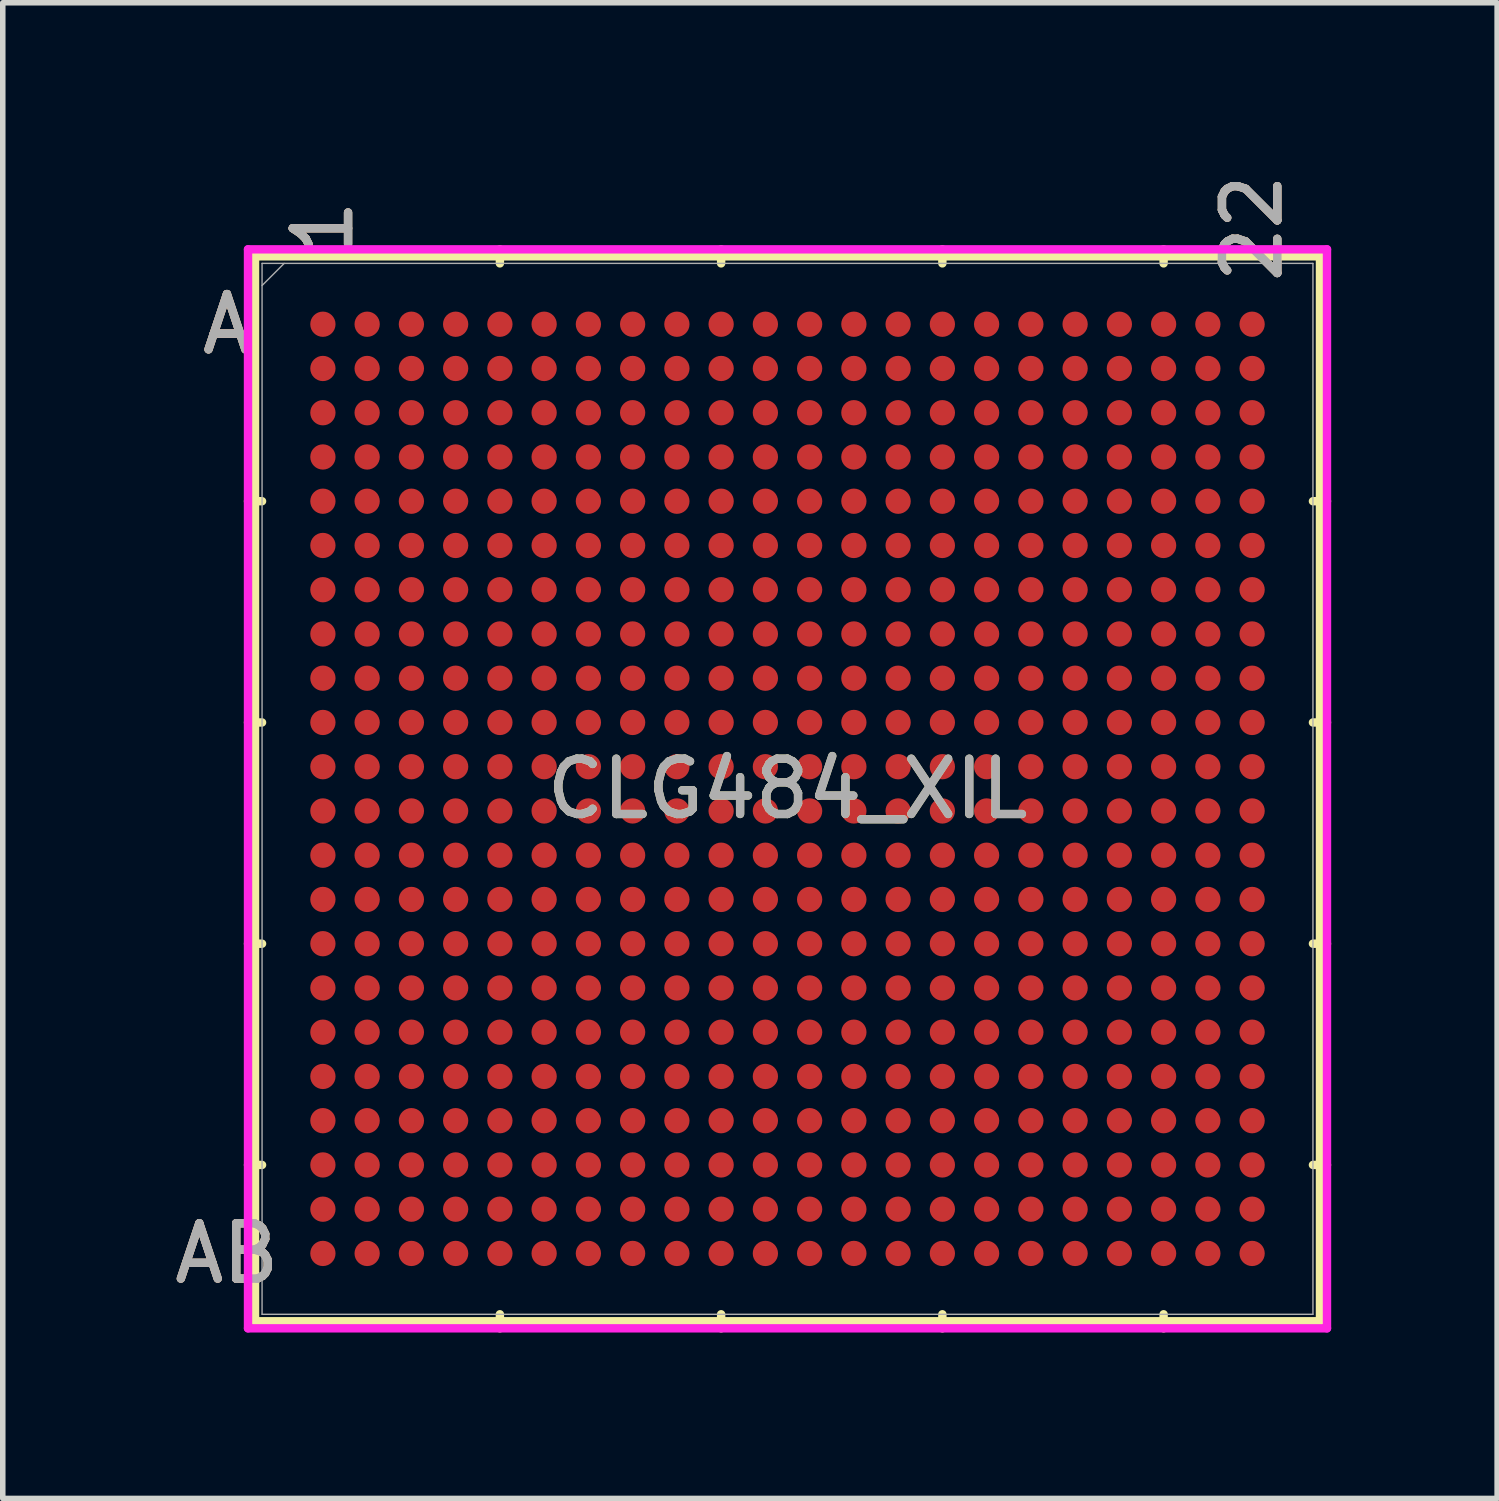
<source format=kicad_pcb>
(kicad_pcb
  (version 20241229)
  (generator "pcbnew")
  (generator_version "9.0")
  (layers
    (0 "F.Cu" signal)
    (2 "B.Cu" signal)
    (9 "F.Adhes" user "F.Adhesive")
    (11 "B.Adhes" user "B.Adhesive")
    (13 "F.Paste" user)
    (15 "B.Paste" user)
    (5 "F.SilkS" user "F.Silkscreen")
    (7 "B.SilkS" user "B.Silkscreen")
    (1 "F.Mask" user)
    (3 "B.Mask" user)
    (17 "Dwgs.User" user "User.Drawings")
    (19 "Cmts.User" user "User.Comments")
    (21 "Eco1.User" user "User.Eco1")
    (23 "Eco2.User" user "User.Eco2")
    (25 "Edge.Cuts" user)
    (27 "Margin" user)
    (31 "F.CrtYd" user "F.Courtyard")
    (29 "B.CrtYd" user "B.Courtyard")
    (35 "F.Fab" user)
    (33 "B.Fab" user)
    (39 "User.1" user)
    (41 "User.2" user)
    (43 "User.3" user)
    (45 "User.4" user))
  (footprint "CLG484_XIL"
    (layer "F.Cu")
    (at 11.188 11.212)
    (property "Reference" "CLG484_XIL" (at 0 0 0) (unlocked yes) (layer "F.SilkS") (effects (font (size 1 1) (thickness 0.15))))
    (attr smd)
    (fp_line (start -9.627 -9.627) (end -9.627 9.627) (stroke (width 0.152) (type solid)) (layer "F.SilkS"))
    (fp_line (start -9.627 9.627) (end 9.627 9.627) (stroke (width 0.152) (type solid)) (layer "F.SilkS"))
    (fp_line (start -9.5 -5.2) (end -9.754 -5.2) (stroke (width 0.152) (type solid)) (layer "F.SilkS"))
    (fp_line (start -9.5 -1.2) (end -9.754 -1.2) (stroke (width 0.152) (type solid)) (layer "F.SilkS"))
    (fp_line (start -9.5 2.8) (end -9.754 2.8) (stroke (width 0.152) (type solid)) (layer "F.SilkS"))
    (fp_line (start -9.5 6.8) (end -9.754 6.8) (stroke (width 0.152) (type solid)) (layer "F.SilkS"))
    (fp_line (start -5.2 -9.5) (end -5.2 -9.754) (stroke (width 0.152) (type solid)) (layer "F.SilkS"))
    (fp_line (start -5.2 9.5) (end -5.2 9.754) (stroke (width 0.152) (type solid)) (layer "F.SilkS"))
    (fp_line (start -1.2 -9.5) (end -1.2 -9.754) (stroke (width 0.152) (type solid)) (layer "F.SilkS"))
    (fp_line (start -1.2 9.5) (end -1.2 9.754) (stroke (width 0.152) (type solid)) (layer "F.SilkS"))
    (fp_line (start 2.8 -9.5) (end 2.8 -9.754) (stroke (width 0.152) (type solid)) (layer "F.SilkS"))
    (fp_line (start 2.8 9.5) (end 2.8 9.754) (stroke (width 0.152) (type solid)) (layer "F.SilkS"))
    (fp_line (start 6.8 -9.5) (end 6.8 -9.754) (stroke (width 0.152) (type solid)) (layer "F.SilkS"))
    (fp_line (start 6.8 9.5) (end 6.8 9.754) (stroke (width 0.152) (type solid)) (layer "F.SilkS"))
    (fp_line (start 9.5 -5.2) (end 9.754 -5.2) (stroke (width 0.152) (type solid)) (layer "F.SilkS"))
    (fp_line (start 9.5 -1.2) (end 9.754 -1.2) (stroke (width 0.152) (type solid)) (layer "F.SilkS"))
    (fp_line (start 9.5 2.8) (end 9.754 2.8) (stroke (width 0.152) (type solid)) (layer "F.SilkS"))
    (fp_line (start 9.5 6.8) (end 9.754 6.8) (stroke (width 0.152) (type solid)) (layer "F.SilkS"))
    (fp_line (start 9.627 -9.627) (end -9.627 -9.627) (stroke (width 0.152) (type solid)) (layer "F.SilkS"))
    (fp_line (start 9.627 9.627) (end 9.627 -9.627) (stroke (width 0.152) (type solid)) (layer "F.SilkS"))
    (fp_line (start -9.754 -9.754) (end 9.754 -9.754) (stroke (width 0.152) (type solid)) (layer "F.CrtYd"))
    (fp_line (start -9.754 9.754) (end -9.754 -9.754) (stroke (width 0.152) (type solid)) (layer "F.CrtYd"))
    (fp_line (start 9.754 -9.754) (end 9.754 9.754) (stroke (width 0.152) (type solid)) (layer "F.CrtYd"))
    (fp_line (start 9.754 9.754) (end -9.754 9.754) (stroke (width 0.152) (type solid)) (layer "F.CrtYd"))
    (fp_line (start -9.5 -9.5) (end -9.5 9.5) (stroke (width 0.025) (type solid)) (layer "F.Fab"))
    (fp_line (start -9.5 9.5) (end 9.5 9.5) (stroke (width 0.025) (type solid)) (layer "F.Fab"))
    (fp_line (start -9.1 -9.5) (end -9.5 -9.1) (stroke (width 0.025) (type solid)) (layer "F.Fab"))
    (fp_line (start 9.5 -9.5) (end -9.5 -9.5) (stroke (width 0.025) (type solid)) (layer "F.Fab"))
    (fp_line (start 9.5 9.5) (end 9.5 -9.5) (stroke (width 0.025) (type solid)) (layer "F.Fab"))
    (fp_text user "A" (at -10.135 -8.4 0) (unlocked yes) (layer "F.SilkS") (effects (font (size 1 1) (thickness 0.15))))
    (fp_text user "22" (at 8.4 -10.135 90) (unlocked yes) (layer "F.SilkS") (effects (font (size 1 1) (thickness 0.15))))
    (fp_text user "AB" (at -10.135 8.4 0) (unlocked yes) (layer "F.SilkS") (effects (font (size 1 1) (thickness 0.15))))
    (fp_text user "1" (at -8.4 -10.135 90) (unlocked yes) (layer "F.SilkS") (effects (font (size 1 1) (thickness 0.15))))
    (fp_text user "22" (at 8.4 -10.135 90) (unlocked yes) (layer "B.SilkS") (effects (font (size 1 1) (thickness 0.15))))
    (fp_text user "AB" (at -10.135 8.4 0) (unlocked yes) (layer "B.SilkS") (effects (font (size 1 1) (thickness 0.15))))
    (fp_text user "A" (at -10.135 -8.4 0) (unlocked yes) (layer "B.SilkS") (effects (font (size 1 1) (thickness 0.15))))
    (fp_text user "1" (at -8.4 -10.135 90) (unlocked yes) (layer "B.SilkS") (effects (font (size 1 1) (thickness 0.15))))
    (fp_text user "A" (at -10.135 -8.4 0) (unlocked yes) (layer "F.Fab") (effects (font (size 1 1) (thickness 0.15))))
    (fp_text user "1" (at -8.4 -10.135 90) (unlocked yes) (layer "F.Fab") (effects (font (size 1 1) (thickness 0.15))))
    (fp_text user "${REFERENCE}" (at 0 0 0) (unlocked yes) (layer "F.Fab") (effects (font (size 1 1) (thickness 0.15))))
    (fp_text user "AB" (at -10.135 8.4 0) (unlocked yes) (layer "F.Fab") (effects (font (size 1 1) (thickness 0.15))))
    (fp_text user "22" (at 8.4 -10.135 90) (unlocked yes) (layer "F.Fab") (effects (font (size 1 1) (thickness 0.15))))
    (pad "A1" smd circle (at -8.4 -8.4) (size 0.457 0.457) (layers "F.Cu" "F.Mask" "F.Paste"))
    (pad "A2" smd circle (at -7.6 -8.4) (size 0.457 0.457) (layers "F.Cu" "F.Mask" "F.Paste"))
    (pad "A3" smd circle (at -6.8 -8.4) (size 0.457 0.457) (layers "F.Cu" "F.Mask" "F.Paste"))
    (pad "A4" smd circle (at -6 -8.4) (size 0.457 0.457) (layers "F.Cu" "F.Mask" "F.Paste"))
    (pad "A5" smd circle (at -5.2 -8.4) (size 0.457 0.457) (layers "F.Cu" "F.Mask" "F.Paste"))
    (pad "A6" smd circle (at -4.4 -8.4) (size 0.457 0.457) (layers "F.Cu" "F.Mask" "F.Paste"))
    (pad "A7" smd circle (at -3.6 -8.4) (size 0.457 0.457) (layers "F.Cu" "F.Mask" "F.Paste"))
    (pad "A8" smd circle (at -2.8 -8.4) (size 0.457 0.457) (layers "F.Cu" "F.Mask" "F.Paste"))
    (pad "A9" smd circle (at -2 -8.4) (size 0.457 0.457) (layers "F.Cu" "F.Mask" "F.Paste"))
    (pad "A10" smd circle (at -1.2 -8.4) (size 0.457 0.457) (layers "F.Cu" "F.Mask" "F.Paste"))
    (pad "A11" smd circle (at -0.4 -8.4) (size 0.457 0.457) (layers "F.Cu" "F.Mask" "F.Paste"))
    (pad "A12" smd circle (at 0.4 -8.4) (size 0.457 0.457) (layers "F.Cu" "F.Mask" "F.Paste"))
    (pad "A13" smd circle (at 1.2 -8.4) (size 0.457 0.457) (layers "F.Cu" "F.Mask" "F.Paste"))
    (pad "A14" smd circle (at 2 -8.4) (size 0.457 0.457) (layers "F.Cu" "F.Mask" "F.Paste"))
    (pad "A15" smd circle (at 2.8 -8.4) (size 0.457 0.457) (layers "F.Cu" "F.Mask" "F.Paste"))
    (pad "A16" smd circle (at 3.6 -8.4) (size 0.457 0.457) (layers "F.Cu" "F.Mask" "F.Paste"))
    (pad "A17" smd circle (at 4.4 -8.4) (size 0.457 0.457) (layers "F.Cu" "F.Mask" "F.Paste"))
    (pad "A18" smd circle (at 5.2 -8.4) (size 0.457 0.457) (layers "F.Cu" "F.Mask" "F.Paste"))
    (pad "A19" smd circle (at 6 -8.4) (size 0.457 0.457) (layers "F.Cu" "F.Mask" "F.Paste"))
    (pad "A20" smd circle (at 6.8 -8.4) (size 0.457 0.457) (layers "F.Cu" "F.Mask" "F.Paste"))
    (pad "A21" smd circle (at 7.6 -8.4) (size 0.457 0.457) (layers "F.Cu" "F.Mask" "F.Paste"))
    (pad "A22" smd circle (at 8.4 -8.4) (size 0.457 0.457) (layers "F.Cu" "F.Mask" "F.Paste"))
    (pad "AA1" smd circle (at -8.4 7.6) (size 0.457 0.457) (layers "F.Cu" "F.Mask" "F.Paste"))
    (pad "AA2" smd circle (at -7.6 7.6) (size 0.457 0.457) (layers "F.Cu" "F.Mask" "F.Paste"))
    (pad "AA3" smd circle (at -6.8 7.6) (size 0.457 0.457) (layers "F.Cu" "F.Mask" "F.Paste"))
    (pad "AA4" smd circle (at -6 7.6) (size 0.457 0.457) (layers "F.Cu" "F.Mask" "F.Paste"))
    (pad "AA5" smd circle (at -5.2 7.6) (size 0.457 0.457) (layers "F.Cu" "F.Mask" "F.Paste"))
    (pad "AA6" smd circle (at -4.4 7.6) (size 0.457 0.457) (layers "F.Cu" "F.Mask" "F.Paste"))
    (pad "AA7" smd circle (at -3.6 7.6) (size 0.457 0.457) (layers "F.Cu" "F.Mask" "F.Paste"))
    (pad "AA8" smd circle (at -2.8 7.6) (size 0.457 0.457) (layers "F.Cu" "F.Mask" "F.Paste"))
    (pad "AA9" smd circle (at -2 7.6) (size 0.457 0.457) (layers "F.Cu" "F.Mask" "F.Paste"))
    (pad "AA10" smd circle (at -1.2 7.6) (size 0.457 0.457) (layers "F.Cu" "F.Mask" "F.Paste"))
    (pad "AA11" smd circle (at -0.4 7.6) (size 0.457 0.457) (layers "F.Cu" "F.Mask" "F.Paste"))
    (pad "AA12" smd circle (at 0.4 7.6) (size 0.457 0.457) (layers "F.Cu" "F.Mask" "F.Paste"))
    (pad "AA13" smd circle (at 1.2 7.6) (size 0.457 0.457) (layers "F.Cu" "F.Mask" "F.Paste"))
    (pad "AA14" smd circle (at 2 7.6) (size 0.457 0.457) (layers "F.Cu" "F.Mask" "F.Paste"))
    (pad "AA15" smd circle (at 2.8 7.6) (size 0.457 0.457) (layers "F.Cu" "F.Mask" "F.Paste"))
    (pad "AA16" smd circle (at 3.6 7.6) (size 0.457 0.457) (layers "F.Cu" "F.Mask" "F.Paste"))
    (pad "AA17" smd circle (at 4.4 7.6) (size 0.457 0.457) (layers "F.Cu" "F.Mask" "F.Paste"))
    (pad "AA18" smd circle (at 5.2 7.6) (size 0.457 0.457) (layers "F.Cu" "F.Mask" "F.Paste"))
    (pad "AA19" smd circle (at 6 7.6) (size 0.457 0.457) (layers "F.Cu" "F.Mask" "F.Paste"))
    (pad "AA20" smd circle (at 6.8 7.6) (size 0.457 0.457) (layers "F.Cu" "F.Mask" "F.Paste"))
    (pad "AA21" smd circle (at 7.6 7.6) (size 0.457 0.457) (layers "F.Cu" "F.Mask" "F.Paste"))
    (pad "AA22" smd circle (at 8.4 7.6) (size 0.457 0.457) (layers "F.Cu" "F.Mask" "F.Paste"))
    (pad "AB1" smd circle (at -8.4 8.4) (size 0.457 0.457) (layers "F.Cu" "F.Mask" "F.Paste"))
    (pad "AB2" smd circle (at -7.6 8.4) (size 0.457 0.457) (layers "F.Cu" "F.Mask" "F.Paste"))
    (pad "AB3" smd circle (at -6.8 8.4) (size 0.457 0.457) (layers "F.Cu" "F.Mask" "F.Paste"))
    (pad "AB4" smd circle (at -6 8.4) (size 0.457 0.457) (layers "F.Cu" "F.Mask" "F.Paste"))
    (pad "AB5" smd circle (at -5.2 8.4) (size 0.457 0.457) (layers "F.Cu" "F.Mask" "F.Paste"))
    (pad "AB6" smd circle (at -4.4 8.4) (size 0.457 0.457) (layers "F.Cu" "F.Mask" "F.Paste"))
    (pad "AB7" smd circle (at -3.6 8.4) (size 0.457 0.457) (layers "F.Cu" "F.Mask" "F.Paste"))
    (pad "AB8" smd circle (at -2.8 8.4) (size 0.457 0.457) (layers "F.Cu" "F.Mask" "F.Paste"))
    (pad "AB9" smd circle (at -2 8.4) (size 0.457 0.457) (layers "F.Cu" "F.Mask" "F.Paste"))
    (pad "AB10" smd circle (at -1.2 8.4) (size 0.457 0.457) (layers "F.Cu" "F.Mask" "F.Paste"))
    (pad "AB11" smd circle (at -0.4 8.4) (size 0.457 0.457) (layers "F.Cu" "F.Mask" "F.Paste"))
    (pad "AB12" smd circle (at 0.4 8.4) (size 0.457 0.457) (layers "F.Cu" "F.Mask" "F.Paste"))
    (pad "AB13" smd circle (at 1.2 8.4) (size 0.457 0.457) (layers "F.Cu" "F.Mask" "F.Paste"))
    (pad "AB14" smd circle (at 2 8.4) (size 0.457 0.457) (layers "F.Cu" "F.Mask" "F.Paste"))
    (pad "AB15" smd circle (at 2.8 8.4) (size 0.457 0.457) (layers "F.Cu" "F.Mask" "F.Paste"))
    (pad "AB16" smd circle (at 3.6 8.4) (size 0.457 0.457) (layers "F.Cu" "F.Mask" "F.Paste"))
    (pad "AB17" smd circle (at 4.4 8.4) (size 0.457 0.457) (layers "F.Cu" "F.Mask" "F.Paste"))
    (pad "AB18" smd circle (at 5.2 8.4) (size 0.457 0.457) (layers "F.Cu" "F.Mask" "F.Paste"))
    (pad "AB19" smd circle (at 6 8.4) (size 0.457 0.457) (layers "F.Cu" "F.Mask" "F.Paste"))
    (pad "AB20" smd circle (at 6.8 8.4) (size 0.457 0.457) (layers "F.Cu" "F.Mask" "F.Paste"))
    (pad "AB21" smd circle (at 7.6 8.4) (size 0.457 0.457) (layers "F.Cu" "F.Mask" "F.Paste"))
    (pad "AB22" smd circle (at 8.4 8.4) (size 0.457 0.457) (layers "F.Cu" "F.Mask" "F.Paste"))
    (pad "B1" smd circle (at -8.4 -7.6) (size 0.457 0.457) (layers "F.Cu" "F.Mask" "F.Paste"))
    (pad "B2" smd circle (at -7.6 -7.6) (size 0.457 0.457) (layers "F.Cu" "F.Mask" "F.Paste"))
    (pad "B3" smd circle (at -6.8 -7.6) (size 0.457 0.457) (layers "F.Cu" "F.Mask" "F.Paste"))
    (pad "B4" smd circle (at -6 -7.6) (size 0.457 0.457) (layers "F.Cu" "F.Mask" "F.Paste"))
    (pad "B5" smd circle (at -5.2 -7.6) (size 0.457 0.457) (layers "F.Cu" "F.Mask" "F.Paste"))
    (pad "B6" smd circle (at -4.4 -7.6) (size 0.457 0.457) (layers "F.Cu" "F.Mask" "F.Paste"))
    (pad "B7" smd circle (at -3.6 -7.6) (size 0.457 0.457) (layers "F.Cu" "F.Mask" "F.Paste"))
    (pad "B8" smd circle (at -2.8 -7.6) (size 0.457 0.457) (layers "F.Cu" "F.Mask" "F.Paste"))
    (pad "B9" smd circle (at -2 -7.6) (size 0.457 0.457) (layers "F.Cu" "F.Mask" "F.Paste"))
    (pad "B10" smd circle (at -1.2 -7.6) (size 0.457 0.457) (layers "F.Cu" "F.Mask" "F.Paste"))
    (pad "B11" smd circle (at -0.4 -7.6) (size 0.457 0.457) (layers "F.Cu" "F.Mask" "F.Paste"))
    (pad "B12" smd circle (at 0.4 -7.6) (size 0.457 0.457) (layers "F.Cu" "F.Mask" "F.Paste"))
    (pad "B13" smd circle (at 1.2 -7.6) (size 0.457 0.457) (layers "F.Cu" "F.Mask" "F.Paste"))
    (pad "B14" smd circle (at 2 -7.6) (size 0.457 0.457) (layers "F.Cu" "F.Mask" "F.Paste"))
    (pad "B15" smd circle (at 2.8 -7.6) (size 0.457 0.457) (layers "F.Cu" "F.Mask" "F.Paste"))
    (pad "B16" smd circle (at 3.6 -7.6) (size 0.457 0.457) (layers "F.Cu" "F.Mask" "F.Paste"))
    (pad "B17" smd circle (at 4.4 -7.6) (size 0.457 0.457) (layers "F.Cu" "F.Mask" "F.Paste"))
    (pad "B18" smd circle (at 5.2 -7.6) (size 0.457 0.457) (layers "F.Cu" "F.Mask" "F.Paste"))
    (pad "B19" smd circle (at 6 -7.6) (size 0.457 0.457) (layers "F.Cu" "F.Mask" "F.Paste"))
    (pad "B20" smd circle (at 6.8 -7.6) (size 0.457 0.457) (layers "F.Cu" "F.Mask" "F.Paste"))
    (pad "B21" smd circle (at 7.6 -7.6) (size 0.457 0.457) (layers "F.Cu" "F.Mask" "F.Paste"))
    (pad "B22" smd circle (at 8.4 -7.6) (size 0.457 0.457) (layers "F.Cu" "F.Mask" "F.Paste"))
    (pad "C1" smd circle (at -8.4 -6.8) (size 0.457 0.457) (layers "F.Cu" "F.Mask" "F.Paste"))
    (pad "C2" smd circle (at -7.6 -6.8) (size 0.457 0.457) (layers "F.Cu" "F.Mask" "F.Paste"))
    (pad "C3" smd circle (at -6.8 -6.8) (size 0.457 0.457) (layers "F.Cu" "F.Mask" "F.Paste"))
    (pad "C4" smd circle (at -6 -6.8) (size 0.457 0.457) (layers "F.Cu" "F.Mask" "F.Paste"))
    (pad "C5" smd circle (at -5.2 -6.8) (size 0.457 0.457) (layers "F.Cu" "F.Mask" "F.Paste"))
    (pad "C6" smd circle (at -4.4 -6.8) (size 0.457 0.457) (layers "F.Cu" "F.Mask" "F.Paste"))
    (pad "C7" smd circle (at -3.6 -6.8) (size 0.457 0.457) (layers "F.Cu" "F.Mask" "F.Paste"))
    (pad "C8" smd circle (at -2.8 -6.8) (size 0.457 0.457) (layers "F.Cu" "F.Mask" "F.Paste"))
    (pad "C9" smd circle (at -2 -6.8) (size 0.457 0.457) (layers "F.Cu" "F.Mask" "F.Paste"))
    (pad "C10" smd circle (at -1.2 -6.8) (size 0.457 0.457) (layers "F.Cu" "F.Mask" "F.Paste"))
    (pad "C11" smd circle (at -0.4 -6.8) (size 0.457 0.457) (layers "F.Cu" "F.Mask" "F.Paste"))
    (pad "C12" smd circle (at 0.4 -6.8) (size 0.457 0.457) (layers "F.Cu" "F.Mask" "F.Paste"))
    (pad "C13" smd circle (at 1.2 -6.8) (size 0.457 0.457) (layers "F.Cu" "F.Mask" "F.Paste"))
    (pad "C14" smd circle (at 2 -6.8) (size 0.457 0.457) (layers "F.Cu" "F.Mask" "F.Paste"))
    (pad "C15" smd circle (at 2.8 -6.8) (size 0.457 0.457) (layers "F.Cu" "F.Mask" "F.Paste"))
    (pad "C16" smd circle (at 3.6 -6.8) (size 0.457 0.457) (layers "F.Cu" "F.Mask" "F.Paste"))
    (pad "C17" smd circle (at 4.4 -6.8) (size 0.457 0.457) (layers "F.Cu" "F.Mask" "F.Paste"))
    (pad "C18" smd circle (at 5.2 -6.8) (size 0.457 0.457) (layers "F.Cu" "F.Mask" "F.Paste"))
    (pad "C19" smd circle (at 6 -6.8) (size 0.457 0.457) (layers "F.Cu" "F.Mask" "F.Paste"))
    (pad "C20" smd circle (at 6.8 -6.8) (size 0.457 0.457) (layers "F.Cu" "F.Mask" "F.Paste"))
    (pad "C21" smd circle (at 7.6 -6.8) (size 0.457 0.457) (layers "F.Cu" "F.Mask" "F.Paste"))
    (pad "C22" smd circle (at 8.4 -6.8) (size 0.457 0.457) (layers "F.Cu" "F.Mask" "F.Paste"))
    (pad "D1" smd circle (at -8.4 -6) (size 0.457 0.457) (layers "F.Cu" "F.Mask" "F.Paste"))
    (pad "D2" smd circle (at -7.6 -6) (size 0.457 0.457) (layers "F.Cu" "F.Mask" "F.Paste"))
    (pad "D3" smd circle (at -6.8 -6) (size 0.457 0.457) (layers "F.Cu" "F.Mask" "F.Paste"))
    (pad "D4" smd circle (at -6 -6) (size 0.457 0.457) (layers "F.Cu" "F.Mask" "F.Paste"))
    (pad "D5" smd circle (at -5.2 -6) (size 0.457 0.457) (layers "F.Cu" "F.Mask" "F.Paste"))
    (pad "D6" smd circle (at -4.4 -6) (size 0.457 0.457) (layers "F.Cu" "F.Mask" "F.Paste"))
    (pad "D7" smd circle (at -3.6 -6) (size 0.457 0.457) (layers "F.Cu" "F.Mask" "F.Paste"))
    (pad "D8" smd circle (at -2.8 -6) (size 0.457 0.457) (layers "F.Cu" "F.Mask" "F.Paste"))
    (pad "D9" smd circle (at -2 -6) (size 0.457 0.457) (layers "F.Cu" "F.Mask" "F.Paste"))
    (pad "D10" smd circle (at -1.2 -6) (size 0.457 0.457) (layers "F.Cu" "F.Mask" "F.Paste"))
    (pad "D11" smd circle (at -0.4 -6) (size 0.457 0.457) (layers "F.Cu" "F.Mask" "F.Paste"))
    (pad "D12" smd circle (at 0.4 -6) (size 0.457 0.457) (layers "F.Cu" "F.Mask" "F.Paste"))
    (pad "D13" smd circle (at 1.2 -6) (size 0.457 0.457) (layers "F.Cu" "F.Mask" "F.Paste"))
    (pad "D14" smd circle (at 2 -6) (size 0.457 0.457) (layers "F.Cu" "F.Mask" "F.Paste"))
    (pad "D15" smd circle (at 2.8 -6) (size 0.457 0.457) (layers "F.Cu" "F.Mask" "F.Paste"))
    (pad "D16" smd circle (at 3.6 -6) (size 0.457 0.457) (layers "F.Cu" "F.Mask" "F.Paste"))
    (pad "D17" smd circle (at 4.4 -6) (size 0.457 0.457) (layers "F.Cu" "F.Mask" "F.Paste"))
    (pad "D18" smd circle (at 5.2 -6) (size 0.457 0.457) (layers "F.Cu" "F.Mask" "F.Paste"))
    (pad "D19" smd circle (at 6 -6) (size 0.457 0.457) (layers "F.Cu" "F.Mask" "F.Paste"))
    (pad "D20" smd circle (at 6.8 -6) (size 0.457 0.457) (layers "F.Cu" "F.Mask" "F.Paste"))
    (pad "D21" smd circle (at 7.6 -6) (size 0.457 0.457) (layers "F.Cu" "F.Mask" "F.Paste"))
    (pad "D22" smd circle (at 8.4 -6) (size 0.457 0.457) (layers "F.Cu" "F.Mask" "F.Paste"))
    (pad "E1" smd circle (at -8.4 -5.2) (size 0.457 0.457) (layers "F.Cu" "F.Mask" "F.Paste"))
    (pad "E2" smd circle (at -7.6 -5.2) (size 0.457 0.457) (layers "F.Cu" "F.Mask" "F.Paste"))
    (pad "E3" smd circle (at -6.8 -5.2) (size 0.457 0.457) (layers "F.Cu" "F.Mask" "F.Paste"))
    (pad "E4" smd circle (at -6 -5.2) (size 0.457 0.457) (layers "F.Cu" "F.Mask" "F.Paste"))
    (pad "E5" smd circle (at -5.2 -5.2) (size 0.457 0.457) (layers "F.Cu" "F.Mask" "F.Paste"))
    (pad "E6" smd circle (at -4.4 -5.2) (size 0.457 0.457) (layers "F.Cu" "F.Mask" "F.Paste"))
    (pad "E7" smd circle (at -3.6 -5.2) (size 0.457 0.457) (layers "F.Cu" "F.Mask" "F.Paste"))
    (pad "E8" smd circle (at -2.8 -5.2) (size 0.457 0.457) (layers "F.Cu" "F.Mask" "F.Paste"))
    (pad "E9" smd circle (at -2 -5.2) (size 0.457 0.457) (layers "F.Cu" "F.Mask" "F.Paste"))
    (pad "E10" smd circle (at -1.2 -5.2) (size 0.457 0.457) (layers "F.Cu" "F.Mask" "F.Paste"))
    (pad "E11" smd circle (at -0.4 -5.2) (size 0.457 0.457) (layers "F.Cu" "F.Mask" "F.Paste"))
    (pad "E12" smd circle (at 0.4 -5.2) (size 0.457 0.457) (layers "F.Cu" "F.Mask" "F.Paste"))
    (pad "E13" smd circle (at 1.2 -5.2) (size 0.457 0.457) (layers "F.Cu" "F.Mask" "F.Paste"))
    (pad "E14" smd circle (at 2 -5.2) (size 0.457 0.457) (layers "F.Cu" "F.Mask" "F.Paste"))
    (pad "E15" smd circle (at 2.8 -5.2) (size 0.457 0.457) (layers "F.Cu" "F.Mask" "F.Paste"))
    (pad "E16" smd circle (at 3.6 -5.2) (size 0.457 0.457) (layers "F.Cu" "F.Mask" "F.Paste"))
    (pad "E17" smd circle (at 4.4 -5.2) (size 0.457 0.457) (layers "F.Cu" "F.Mask" "F.Paste"))
    (pad "E18" smd circle (at 5.2 -5.2) (size 0.457 0.457) (layers "F.Cu" "F.Mask" "F.Paste"))
    (pad "E19" smd circle (at 6 -5.2) (size 0.457 0.457) (layers "F.Cu" "F.Mask" "F.Paste"))
    (pad "E20" smd circle (at 6.8 -5.2) (size 0.457 0.457) (layers "F.Cu" "F.Mask" "F.Paste"))
    (pad "E21" smd circle (at 7.6 -5.2) (size 0.457 0.457) (layers "F.Cu" "F.Mask" "F.Paste"))
    (pad "E22" smd circle (at 8.4 -5.2) (size 0.457 0.457) (layers "F.Cu" "F.Mask" "F.Paste"))
    (pad "F1" smd circle (at -8.4 -4.4) (size 0.457 0.457) (layers "F.Cu" "F.Mask" "F.Paste"))
    (pad "F2" smd circle (at -7.6 -4.4) (size 0.457 0.457) (layers "F.Cu" "F.Mask" "F.Paste"))
    (pad "F3" smd circle (at -6.8 -4.4) (size 0.457 0.457) (layers "F.Cu" "F.Mask" "F.Paste"))
    (pad "F4" smd circle (at -6 -4.4) (size 0.457 0.457) (layers "F.Cu" "F.Mask" "F.Paste"))
    (pad "F5" smd circle (at -5.2 -4.4) (size 0.457 0.457) (layers "F.Cu" "F.Mask" "F.Paste"))
    (pad "F6" smd circle (at -4.4 -4.4) (size 0.457 0.457) (layers "F.Cu" "F.Mask" "F.Paste"))
    (pad "F7" smd circle (at -3.6 -4.4) (size 0.457 0.457) (layers "F.Cu" "F.Mask" "F.Paste"))
    (pad "F8" smd circle (at -2.8 -4.4) (size 0.457 0.457) (layers "F.Cu" "F.Mask" "F.Paste"))
    (pad "F9" smd circle (at -2 -4.4) (size 0.457 0.457) (layers "F.Cu" "F.Mask" "F.Paste"))
    (pad "F10" smd circle (at -1.2 -4.4) (size 0.457 0.457) (layers "F.Cu" "F.Mask" "F.Paste"))
    (pad "F11" smd circle (at -0.4 -4.4) (size 0.457 0.457) (layers "F.Cu" "F.Mask" "F.Paste"))
    (pad "F12" smd circle (at 0.4 -4.4) (size 0.457 0.457) (layers "F.Cu" "F.Mask" "F.Paste"))
    (pad "F13" smd circle (at 1.2 -4.4) (size 0.457 0.457) (layers "F.Cu" "F.Mask" "F.Paste"))
    (pad "F14" smd circle (at 2 -4.4) (size 0.457 0.457) (layers "F.Cu" "F.Mask" "F.Paste"))
    (pad "F15" smd circle (at 2.8 -4.4) (size 0.457 0.457) (layers "F.Cu" "F.Mask" "F.Paste"))
    (pad "F16" smd circle (at 3.6 -4.4) (size 0.457 0.457) (layers "F.Cu" "F.Mask" "F.Paste"))
    (pad "F17" smd circle (at 4.4 -4.4) (size 0.457 0.457) (layers "F.Cu" "F.Mask" "F.Paste"))
    (pad "F18" smd circle (at 5.2 -4.4) (size 0.457 0.457) (layers "F.Cu" "F.Mask" "F.Paste"))
    (pad "F19" smd circle (at 6 -4.4) (size 0.457 0.457) (layers "F.Cu" "F.Mask" "F.Paste"))
    (pad "F20" smd circle (at 6.8 -4.4) (size 0.457 0.457) (layers "F.Cu" "F.Mask" "F.Paste"))
    (pad "F21" smd circle (at 7.6 -4.4) (size 0.457 0.457) (layers "F.Cu" "F.Mask" "F.Paste"))
    (pad "F22" smd circle (at 8.4 -4.4) (size 0.457 0.457) (layers "F.Cu" "F.Mask" "F.Paste"))
    (pad "G1" smd circle (at -8.4 -3.6) (size 0.457 0.457) (layers "F.Cu" "F.Mask" "F.Paste"))
    (pad "G2" smd circle (at -7.6 -3.6) (size 0.457 0.457) (layers "F.Cu" "F.Mask" "F.Paste"))
    (pad "G3" smd circle (at -6.8 -3.6) (size 0.457 0.457) (layers "F.Cu" "F.Mask" "F.Paste"))
    (pad "G4" smd circle (at -6 -3.6) (size 0.457 0.457) (layers "F.Cu" "F.Mask" "F.Paste"))
    (pad "G5" smd circle (at -5.2 -3.6) (size 0.457 0.457) (layers "F.Cu" "F.Mask" "F.Paste"))
    (pad "G6" smd circle (at -4.4 -3.6) (size 0.457 0.457) (layers "F.Cu" "F.Mask" "F.Paste"))
    (pad "G7" smd circle (at -3.6 -3.6) (size 0.457 0.457) (layers "F.Cu" "F.Mask" "F.Paste"))
    (pad "G8" smd circle (at -2.8 -3.6) (size 0.457 0.457) (layers "F.Cu" "F.Mask" "F.Paste"))
    (pad "G9" smd circle (at -2 -3.6) (size 0.457 0.457) (layers "F.Cu" "F.Mask" "F.Paste"))
    (pad "G10" smd circle (at -1.2 -3.6) (size 0.457 0.457) (layers "F.Cu" "F.Mask" "F.Paste"))
    (pad "G11" smd circle (at -0.4 -3.6) (size 0.457 0.457) (layers "F.Cu" "F.Mask" "F.Paste"))
    (pad "G12" smd circle (at 0.4 -3.6) (size 0.457 0.457) (layers "F.Cu" "F.Mask" "F.Paste"))
    (pad "G13" smd circle (at 1.2 -3.6) (size 0.457 0.457) (layers "F.Cu" "F.Mask" "F.Paste"))
    (pad "G14" smd circle (at 2 -3.6) (size 0.457 0.457) (layers "F.Cu" "F.Mask" "F.Paste"))
    (pad "G15" smd circle (at 2.8 -3.6) (size 0.457 0.457) (layers "F.Cu" "F.Mask" "F.Paste"))
    (pad "G16" smd circle (at 3.6 -3.6) (size 0.457 0.457) (layers "F.Cu" "F.Mask" "F.Paste"))
    (pad "G17" smd circle (at 4.4 -3.6) (size 0.457 0.457) (layers "F.Cu" "F.Mask" "F.Paste"))
    (pad "G18" smd circle (at 5.2 -3.6) (size 0.457 0.457) (layers "F.Cu" "F.Mask" "F.Paste"))
    (pad "G19" smd circle (at 6 -3.6) (size 0.457 0.457) (layers "F.Cu" "F.Mask" "F.Paste"))
    (pad "G20" smd circle (at 6.8 -3.6) (size 0.457 0.457) (layers "F.Cu" "F.Mask" "F.Paste"))
    (pad "G21" smd circle (at 7.6 -3.6) (size 0.457 0.457) (layers "F.Cu" "F.Mask" "F.Paste"))
    (pad "G22" smd circle (at 8.4 -3.6) (size 0.457 0.457) (layers "F.Cu" "F.Mask" "F.Paste"))
    (pad "H1" smd circle (at -8.4 -2.8) (size 0.457 0.457) (layers "F.Cu" "F.Mask" "F.Paste"))
    (pad "H2" smd circle (at -7.6 -2.8) (size 0.457 0.457) (layers "F.Cu" "F.Mask" "F.Paste"))
    (pad "H3" smd circle (at -6.8 -2.8) (size 0.457 0.457) (layers "F.Cu" "F.Mask" "F.Paste"))
    (pad "H4" smd circle (at -6 -2.8) (size 0.457 0.457) (layers "F.Cu" "F.Mask" "F.Paste"))
    (pad "H5" smd circle (at -5.2 -2.8) (size 0.457 0.457) (layers "F.Cu" "F.Mask" "F.Paste"))
    (pad "H6" smd circle (at -4.4 -2.8) (size 0.457 0.457) (layers "F.Cu" "F.Mask" "F.Paste"))
    (pad "H7" smd circle (at -3.6 -2.8) (size 0.457 0.457) (layers "F.Cu" "F.Mask" "F.Paste"))
    (pad "H8" smd circle (at -2.8 -2.8) (size 0.457 0.457) (layers "F.Cu" "F.Mask" "F.Paste"))
    (pad "H9" smd circle (at -2 -2.8) (size 0.457 0.457) (layers "F.Cu" "F.Mask" "F.Paste"))
    (pad "H10" smd circle (at -1.2 -2.8) (size 0.457 0.457) (layers "F.Cu" "F.Mask" "F.Paste"))
    (pad "H11" smd circle (at -0.4 -2.8) (size 0.457 0.457) (layers "F.Cu" "F.Mask" "F.Paste"))
    (pad "H12" smd circle (at 0.4 -2.8) (size 0.457 0.457) (layers "F.Cu" "F.Mask" "F.Paste"))
    (pad "H13" smd circle (at 1.2 -2.8) (size 0.457 0.457) (layers "F.Cu" "F.Mask" "F.Paste"))
    (pad "H14" smd circle (at 2 -2.8) (size 0.457 0.457) (layers "F.Cu" "F.Mask" "F.Paste"))
    (pad "H15" smd circle (at 2.8 -2.8) (size 0.457 0.457) (layers "F.Cu" "F.Mask" "F.Paste"))
    (pad "H16" smd circle (at 3.6 -2.8) (size 0.457 0.457) (layers "F.Cu" "F.Mask" "F.Paste"))
    (pad "H17" smd circle (at 4.4 -2.8) (size 0.457 0.457) (layers "F.Cu" "F.Mask" "F.Paste"))
    (pad "H18" smd circle (at 5.2 -2.8) (size 0.457 0.457) (layers "F.Cu" "F.Mask" "F.Paste"))
    (pad "H19" smd circle (at 6 -2.8) (size 0.457 0.457) (layers "F.Cu" "F.Mask" "F.Paste"))
    (pad "H20" smd circle (at 6.8 -2.8) (size 0.457 0.457) (layers "F.Cu" "F.Mask" "F.Paste"))
    (pad "H21" smd circle (at 7.6 -2.8) (size 0.457 0.457) (layers "F.Cu" "F.Mask" "F.Paste"))
    (pad "H22" smd circle (at 8.4 -2.8) (size 0.457 0.457) (layers "F.Cu" "F.Mask" "F.Paste"))
    (pad "J1" smd circle (at -8.4 -2) (size 0.457 0.457) (layers "F.Cu" "F.Mask" "F.Paste"))
    (pad "J2" smd circle (at -7.6 -2) (size 0.457 0.457) (layers "F.Cu" "F.Mask" "F.Paste"))
    (pad "J3" smd circle (at -6.8 -2) (size 0.457 0.457) (layers "F.Cu" "F.Mask" "F.Paste"))
    (pad "J4" smd circle (at -6 -2) (size 0.457 0.457) (layers "F.Cu" "F.Mask" "F.Paste"))
    (pad "J5" smd circle (at -5.2 -2) (size 0.457 0.457) (layers "F.Cu" "F.Mask" "F.Paste"))
    (pad "J6" smd circle (at -4.4 -2) (size 0.457 0.457) (layers "F.Cu" "F.Mask" "F.Paste"))
    (pad "J7" smd circle (at -3.6 -2) (size 0.457 0.457) (layers "F.Cu" "F.Mask" "F.Paste"))
    (pad "J8" smd circle (at -2.8 -2) (size 0.457 0.457) (layers "F.Cu" "F.Mask" "F.Paste"))
    (pad "J9" smd circle (at -2 -2) (size 0.457 0.457) (layers "F.Cu" "F.Mask" "F.Paste"))
    (pad "J10" smd circle (at -1.2 -2) (size 0.457 0.457) (layers "F.Cu" "F.Mask" "F.Paste"))
    (pad "J11" smd circle (at -0.4 -2) (size 0.457 0.457) (layers "F.Cu" "F.Mask" "F.Paste"))
    (pad "J12" smd circle (at 0.4 -2) (size 0.457 0.457) (layers "F.Cu" "F.Mask" "F.Paste"))
    (pad "J13" smd circle (at 1.2 -2) (size 0.457 0.457) (layers "F.Cu" "F.Mask" "F.Paste"))
    (pad "J14" smd circle (at 2 -2) (size 0.457 0.457) (layers "F.Cu" "F.Mask" "F.Paste"))
    (pad "J15" smd circle (at 2.8 -2) (size 0.457 0.457) (layers "F.Cu" "F.Mask" "F.Paste"))
    (pad "J16" smd circle (at 3.6 -2) (size 0.457 0.457) (layers "F.Cu" "F.Mask" "F.Paste"))
    (pad "J17" smd circle (at 4.4 -2) (size 0.457 0.457) (layers "F.Cu" "F.Mask" "F.Paste"))
    (pad "J18" smd circle (at 5.2 -2) (size 0.457 0.457) (layers "F.Cu" "F.Mask" "F.Paste"))
    (pad "J19" smd circle (at 6 -2) (size 0.457 0.457) (layers "F.Cu" "F.Mask" "F.Paste"))
    (pad "J20" smd circle (at 6.8 -2) (size 0.457 0.457) (layers "F.Cu" "F.Mask" "F.Paste"))
    (pad "J21" smd circle (at 7.6 -2) (size 0.457 0.457) (layers "F.Cu" "F.Mask" "F.Paste"))
    (pad "J22" smd circle (at 8.4 -2) (size 0.457 0.457) (layers "F.Cu" "F.Mask" "F.Paste"))
    (pad "K1" smd circle (at -8.4 -1.2) (size 0.457 0.457) (layers "F.Cu" "F.Mask" "F.Paste"))
    (pad "K2" smd circle (at -7.6 -1.2) (size 0.457 0.457) (layers "F.Cu" "F.Mask" "F.Paste"))
    (pad "K3" smd circle (at -6.8 -1.2) (size 0.457 0.457) (layers "F.Cu" "F.Mask" "F.Paste"))
    (pad "K4" smd circle (at -6 -1.2) (size 0.457 0.457) (layers "F.Cu" "F.Mask" "F.Paste"))
    (pad "K5" smd circle (at -5.2 -1.2) (size 0.457 0.457) (layers "F.Cu" "F.Mask" "F.Paste"))
    (pad "K6" smd circle (at -4.4 -1.2) (size 0.457 0.457) (layers "F.Cu" "F.Mask" "F.Paste"))
    (pad "K7" smd circle (at -3.6 -1.2) (size 0.457 0.457) (layers "F.Cu" "F.Mask" "F.Paste"))
    (pad "K8" smd circle (at -2.8 -1.2) (size 0.457 0.457) (layers "F.Cu" "F.Mask" "F.Paste"))
    (pad "K9" smd circle (at -2 -1.2) (size 0.457 0.457) (layers "F.Cu" "F.Mask" "F.Paste"))
    (pad "K10" smd circle (at -1.2 -1.2) (size 0.457 0.457) (layers "F.Cu" "F.Mask" "F.Paste"))
    (pad "K11" smd circle (at -0.4 -1.2) (size 0.457 0.457) (layers "F.Cu" "F.Mask" "F.Paste"))
    (pad "K12" smd circle (at 0.4 -1.2) (size 0.457 0.457) (layers "F.Cu" "F.Mask" "F.Paste"))
    (pad "K13" smd circle (at 1.2 -1.2) (size 0.457 0.457) (layers "F.Cu" "F.Mask" "F.Paste"))
    (pad "K14" smd circle (at 2 -1.2) (size 0.457 0.457) (layers "F.Cu" "F.Mask" "F.Paste"))
    (pad "K15" smd circle (at 2.8 -1.2) (size 0.457 0.457) (layers "F.Cu" "F.Mask" "F.Paste"))
    (pad "K16" smd circle (at 3.6 -1.2) (size 0.457 0.457) (layers "F.Cu" "F.Mask" "F.Paste"))
    (pad "K17" smd circle (at 4.4 -1.2) (size 0.457 0.457) (layers "F.Cu" "F.Mask" "F.Paste"))
    (pad "K18" smd circle (at 5.2 -1.2) (size 0.457 0.457) (layers "F.Cu" "F.Mask" "F.Paste"))
    (pad "K19" smd circle (at 6 -1.2) (size 0.457 0.457) (layers "F.Cu" "F.Mask" "F.Paste"))
    (pad "K20" smd circle (at 6.8 -1.2) (size 0.457 0.457) (layers "F.Cu" "F.Mask" "F.Paste"))
    (pad "K21" smd circle (at 7.6 -1.2) (size 0.457 0.457) (layers "F.Cu" "F.Mask" "F.Paste"))
    (pad "K22" smd circle (at 8.4 -1.2) (size 0.457 0.457) (layers "F.Cu" "F.Mask" "F.Paste"))
    (pad "L1" smd circle (at -8.4 -0.4) (size 0.457 0.457) (layers "F.Cu" "F.Mask" "F.Paste"))
    (pad "L2" smd circle (at -7.6 -0.4) (size 0.457 0.457) (layers "F.Cu" "F.Mask" "F.Paste"))
    (pad "L3" smd circle (at -6.8 -0.4) (size 0.457 0.457) (layers "F.Cu" "F.Mask" "F.Paste"))
    (pad "L4" smd circle (at -6 -0.4) (size 0.457 0.457) (layers "F.Cu" "F.Mask" "F.Paste"))
    (pad "L5" smd circle (at -5.2 -0.4) (size 0.457 0.457) (layers "F.Cu" "F.Mask" "F.Paste"))
    (pad "L6" smd circle (at -4.4 -0.4) (size 0.457 0.457) (layers "F.Cu" "F.Mask" "F.Paste"))
    (pad "L7" smd circle (at -3.6 -0.4) (size 0.457 0.457) (layers "F.Cu" "F.Mask" "F.Paste"))
    (pad "L8" smd circle (at -2.8 -0.4) (size 0.457 0.457) (layers "F.Cu" "F.Mask" "F.Paste"))
    (pad "L9" smd circle (at -2 -0.4) (size 0.457 0.457) (layers "F.Cu" "F.Mask" "F.Paste"))
    (pad "L10" smd circle (at -1.2 -0.4) (size 0.457 0.457) (layers "F.Cu" "F.Mask" "F.Paste"))
    (pad "L11" smd circle (at -0.4 -0.4) (size 0.457 0.457) (layers "F.Cu" "F.Mask" "F.Paste"))
    (pad "L12" smd circle (at 0.4 -0.4) (size 0.457 0.457) (layers "F.Cu" "F.Mask" "F.Paste"))
    (pad "L13" smd circle (at 1.2 -0.4) (size 0.457 0.457) (layers "F.Cu" "F.Mask" "F.Paste"))
    (pad "L14" smd circle (at 2 -0.4) (size 0.457 0.457) (layers "F.Cu" "F.Mask" "F.Paste"))
    (pad "L15" smd circle (at 2.8 -0.4) (size 0.457 0.457) (layers "F.Cu" "F.Mask" "F.Paste"))
    (pad "L16" smd circle (at 3.6 -0.4) (size 0.457 0.457) (layers "F.Cu" "F.Mask" "F.Paste"))
    (pad "L17" smd circle (at 4.4 -0.4) (size 0.457 0.457) (layers "F.Cu" "F.Mask" "F.Paste"))
    (pad "L18" smd circle (at 5.2 -0.4) (size 0.457 0.457) (layers "F.Cu" "F.Mask" "F.Paste"))
    (pad "L19" smd circle (at 6 -0.4) (size 0.457 0.457) (layers "F.Cu" "F.Mask" "F.Paste"))
    (pad "L20" smd circle (at 6.8 -0.4) (size 0.457 0.457) (layers "F.Cu" "F.Mask" "F.Paste"))
    (pad "L21" smd circle (at 7.6 -0.4) (size 0.457 0.457) (layers "F.Cu" "F.Mask" "F.Paste"))
    (pad "L22" smd circle (at 8.4 -0.4) (size 0.457 0.457) (layers "F.Cu" "F.Mask" "F.Paste"))
    (pad "M1" smd circle (at -8.4 0.4) (size 0.457 0.457) (layers "F.Cu" "F.Mask" "F.Paste"))
    (pad "M2" smd circle (at -7.6 0.4) (size 0.457 0.457) (layers "F.Cu" "F.Mask" "F.Paste"))
    (pad "M3" smd circle (at -6.8 0.4) (size 0.457 0.457) (layers "F.Cu" "F.Mask" "F.Paste"))
    (pad "M4" smd circle (at -6 0.4) (size 0.457 0.457) (layers "F.Cu" "F.Mask" "F.Paste"))
    (pad "M5" smd circle (at -5.2 0.4) (size 0.457 0.457) (layers "F.Cu" "F.Mask" "F.Paste"))
    (pad "M6" smd circle (at -4.4 0.4) (size 0.457 0.457) (layers "F.Cu" "F.Mask" "F.Paste"))
    (pad "M7" smd circle (at -3.6 0.4) (size 0.457 0.457) (layers "F.Cu" "F.Mask" "F.Paste"))
    (pad "M8" smd circle (at -2.8 0.4) (size 0.457 0.457) (layers "F.Cu" "F.Mask" "F.Paste"))
    (pad "M9" smd circle (at -2 0.4) (size 0.457 0.457) (layers "F.Cu" "F.Mask" "F.Paste"))
    (pad "M10" smd circle (at -1.2 0.4) (size 0.457 0.457) (layers "F.Cu" "F.Mask" "F.Paste"))
    (pad "M11" smd circle (at -0.4 0.4) (size 0.457 0.457) (layers "F.Cu" "F.Mask" "F.Paste"))
    (pad "M12" smd circle (at 0.4 0.4) (size 0.457 0.457) (layers "F.Cu" "F.Mask" "F.Paste"))
    (pad "M13" smd circle (at 1.2 0.4) (size 0.457 0.457) (layers "F.Cu" "F.Mask" "F.Paste"))
    (pad "M14" smd circle (at 2 0.4) (size 0.457 0.457) (layers "F.Cu" "F.Mask" "F.Paste"))
    (pad "M15" smd circle (at 2.8 0.4) (size 0.457 0.457) (layers "F.Cu" "F.Mask" "F.Paste"))
    (pad "M16" smd circle (at 3.6 0.4) (size 0.457 0.457) (layers "F.Cu" "F.Mask" "F.Paste"))
    (pad "M17" smd circle (at 4.4 0.4) (size 0.457 0.457) (layers "F.Cu" "F.Mask" "F.Paste"))
    (pad "M18" smd circle (at 5.2 0.4) (size 0.457 0.457) (layers "F.Cu" "F.Mask" "F.Paste"))
    (pad "M19" smd circle (at 6 0.4) (size 0.457 0.457) (layers "F.Cu" "F.Mask" "F.Paste"))
    (pad "M20" smd circle (at 6.8 0.4) (size 0.457 0.457) (layers "F.Cu" "F.Mask" "F.Paste"))
    (pad "M21" smd circle (at 7.6 0.4) (size 0.457 0.457) (layers "F.Cu" "F.Mask" "F.Paste"))
    (pad "M22" smd circle (at 8.4 0.4) (size 0.457 0.457) (layers "F.Cu" "F.Mask" "F.Paste"))
    (pad "N1" smd circle (at -8.4 1.2) (size 0.457 0.457) (layers "F.Cu" "F.Mask" "F.Paste"))
    (pad "N2" smd circle (at -7.6 1.2) (size 0.457 0.457) (layers "F.Cu" "F.Mask" "F.Paste"))
    (pad "N3" smd circle (at -6.8 1.2) (size 0.457 0.457) (layers "F.Cu" "F.Mask" "F.Paste"))
    (pad "N4" smd circle (at -6 1.2) (size 0.457 0.457) (layers "F.Cu" "F.Mask" "F.Paste"))
    (pad "N5" smd circle (at -5.2 1.2) (size 0.457 0.457) (layers "F.Cu" "F.Mask" "F.Paste"))
    (pad "N6" smd circle (at -4.4 1.2) (size 0.457 0.457) (layers "F.Cu" "F.Mask" "F.Paste"))
    (pad "N7" smd circle (at -3.6 1.2) (size 0.457 0.457) (layers "F.Cu" "F.Mask" "F.Paste"))
    (pad "N8" smd circle (at -2.8 1.2) (size 0.457 0.457) (layers "F.Cu" "F.Mask" "F.Paste"))
    (pad "N9" smd circle (at -2 1.2) (size 0.457 0.457) (layers "F.Cu" "F.Mask" "F.Paste"))
    (pad "N10" smd circle (at -1.2 1.2) (size 0.457 0.457) (layers "F.Cu" "F.Mask" "F.Paste"))
    (pad "N11" smd circle (at -0.4 1.2) (size 0.457 0.457) (layers "F.Cu" "F.Mask" "F.Paste"))
    (pad "N12" smd circle (at 0.4 1.2) (size 0.457 0.457) (layers "F.Cu" "F.Mask" "F.Paste"))
    (pad "N13" smd circle (at 1.2 1.2) (size 0.457 0.457) (layers "F.Cu" "F.Mask" "F.Paste"))
    (pad "N14" smd circle (at 2 1.2) (size 0.457 0.457) (layers "F.Cu" "F.Mask" "F.Paste"))
    (pad "N15" smd circle (at 2.8 1.2) (size 0.457 0.457) (layers "F.Cu" "F.Mask" "F.Paste"))
    (pad "N16" smd circle (at 3.6 1.2) (size 0.457 0.457) (layers "F.Cu" "F.Mask" "F.Paste"))
    (pad "N17" smd circle (at 4.4 1.2) (size 0.457 0.457) (layers "F.Cu" "F.Mask" "F.Paste"))
    (pad "N18" smd circle (at 5.2 1.2) (size 0.457 0.457) (layers "F.Cu" "F.Mask" "F.Paste"))
    (pad "N19" smd circle (at 6 1.2) (size 0.457 0.457) (layers "F.Cu" "F.Mask" "F.Paste"))
    (pad "N20" smd circle (at 6.8 1.2) (size 0.457 0.457) (layers "F.Cu" "F.Mask" "F.Paste"))
    (pad "N21" smd circle (at 7.6 1.2) (size 0.457 0.457) (layers "F.Cu" "F.Mask" "F.Paste"))
    (pad "N22" smd circle (at 8.4 1.2) (size 0.457 0.457) (layers "F.Cu" "F.Mask" "F.Paste"))
    (pad "P1" smd circle (at -8.4 2) (size 0.457 0.457) (layers "F.Cu" "F.Mask" "F.Paste"))
    (pad "P2" smd circle (at -7.6 2) (size 0.457 0.457) (layers "F.Cu" "F.Mask" "F.Paste"))
    (pad "P3" smd circle (at -6.8 2) (size 0.457 0.457) (layers "F.Cu" "F.Mask" "F.Paste"))
    (pad "P4" smd circle (at -6 2) (size 0.457 0.457) (layers "F.Cu" "F.Mask" "F.Paste"))
    (pad "P5" smd circle (at -5.2 2) (size 0.457 0.457) (layers "F.Cu" "F.Mask" "F.Paste"))
    (pad "P6" smd circle (at -4.4 2) (size 0.457 0.457) (layers "F.Cu" "F.Mask" "F.Paste"))
    (pad "P7" smd circle (at -3.6 2) (size 0.457 0.457) (layers "F.Cu" "F.Mask" "F.Paste"))
    (pad "P8" smd circle (at -2.8 2) (size 0.457 0.457) (layers "F.Cu" "F.Mask" "F.Paste"))
    (pad "P9" smd circle (at -2 2) (size 0.457 0.457) (layers "F.Cu" "F.Mask" "F.Paste"))
    (pad "P10" smd circle (at -1.2 2) (size 0.457 0.457) (layers "F.Cu" "F.Mask" "F.Paste"))
    (pad "P11" smd circle (at -0.4 2) (size 0.457 0.457) (layers "F.Cu" "F.Mask" "F.Paste"))
    (pad "P12" smd circle (at 0.4 2) (size 0.457 0.457) (layers "F.Cu" "F.Mask" "F.Paste"))
    (pad "P13" smd circle (at 1.2 2) (size 0.457 0.457) (layers "F.Cu" "F.Mask" "F.Paste"))
    (pad "P14" smd circle (at 2 2) (size 0.457 0.457) (layers "F.Cu" "F.Mask" "F.Paste"))
    (pad "P15" smd circle (at 2.8 2) (size 0.457 0.457) (layers "F.Cu" "F.Mask" "F.Paste"))
    (pad "P16" smd circle (at 3.6 2) (size 0.457 0.457) (layers "F.Cu" "F.Mask" "F.Paste"))
    (pad "P17" smd circle (at 4.4 2) (size 0.457 0.457) (layers "F.Cu" "F.Mask" "F.Paste"))
    (pad "P18" smd circle (at 5.2 2) (size 0.457 0.457) (layers "F.Cu" "F.Mask" "F.Paste"))
    (pad "P19" smd circle (at 6 2) (size 0.457 0.457) (layers "F.Cu" "F.Mask" "F.Paste"))
    (pad "P20" smd circle (at 6.8 2) (size 0.457 0.457) (layers "F.Cu" "F.Mask" "F.Paste"))
    (pad "P21" smd circle (at 7.6 2) (size 0.457 0.457) (layers "F.Cu" "F.Mask" "F.Paste"))
    (pad "P22" smd circle (at 8.4 2) (size 0.457 0.457) (layers "F.Cu" "F.Mask" "F.Paste"))
    (pad "R1" smd circle (at -8.4 2.8) (size 0.457 0.457) (layers "F.Cu" "F.Mask" "F.Paste"))
    (pad "R2" smd circle (at -7.6 2.8) (size 0.457 0.457) (layers "F.Cu" "F.Mask" "F.Paste"))
    (pad "R3" smd circle (at -6.8 2.8) (size 0.457 0.457) (layers "F.Cu" "F.Mask" "F.Paste"))
    (pad "R4" smd circle (at -6 2.8) (size 0.457 0.457) (layers "F.Cu" "F.Mask" "F.Paste"))
    (pad "R5" smd circle (at -5.2 2.8) (size 0.457 0.457) (layers "F.Cu" "F.Mask" "F.Paste"))
    (pad "R6" smd circle (at -4.4 2.8) (size 0.457 0.457) (layers "F.Cu" "F.Mask" "F.Paste"))
    (pad "R7" smd circle (at -3.6 2.8) (size 0.457 0.457) (layers "F.Cu" "F.Mask" "F.Paste"))
    (pad "R8" smd circle (at -2.8 2.8) (size 0.457 0.457) (layers "F.Cu" "F.Mask" "F.Paste"))
    (pad "R9" smd circle (at -2 2.8) (size 0.457 0.457) (layers "F.Cu" "F.Mask" "F.Paste"))
    (pad "R10" smd circle (at -1.2 2.8) (size 0.457 0.457) (layers "F.Cu" "F.Mask" "F.Paste"))
    (pad "R11" smd circle (at -0.4 2.8) (size 0.457 0.457) (layers "F.Cu" "F.Mask" "F.Paste"))
    (pad "R12" smd circle (at 0.4 2.8) (size 0.457 0.457) (layers "F.Cu" "F.Mask" "F.Paste"))
    (pad "R13" smd circle (at 1.2 2.8) (size 0.457 0.457) (layers "F.Cu" "F.Mask" "F.Paste"))
    (pad "R14" smd circle (at 2 2.8) (size 0.457 0.457) (layers "F.Cu" "F.Mask" "F.Paste"))
    (pad "R15" smd circle (at 2.8 2.8) (size 0.457 0.457) (layers "F.Cu" "F.Mask" "F.Paste"))
    (pad "R16" smd circle (at 3.6 2.8) (size 0.457 0.457) (layers "F.Cu" "F.Mask" "F.Paste"))
    (pad "R17" smd circle (at 4.4 2.8) (size 0.457 0.457) (layers "F.Cu" "F.Mask" "F.Paste"))
    (pad "R18" smd circle (at 5.2 2.8) (size 0.457 0.457) (layers "F.Cu" "F.Mask" "F.Paste"))
    (pad "R19" smd circle (at 6 2.8) (size 0.457 0.457) (layers "F.Cu" "F.Mask" "F.Paste"))
    (pad "R20" smd circle (at 6.8 2.8) (size 0.457 0.457) (layers "F.Cu" "F.Mask" "F.Paste"))
    (pad "R21" smd circle (at 7.6 2.8) (size 0.457 0.457) (layers "F.Cu" "F.Mask" "F.Paste"))
    (pad "R22" smd circle (at 8.4 2.8) (size 0.457 0.457) (layers "F.Cu" "F.Mask" "F.Paste"))
    (pad "T1" smd circle (at -8.4 3.6) (size 0.457 0.457) (layers "F.Cu" "F.Mask" "F.Paste"))
    (pad "T2" smd circle (at -7.6 3.6) (size 0.457 0.457) (layers "F.Cu" "F.Mask" "F.Paste"))
    (pad "T3" smd circle (at -6.8 3.6) (size 0.457 0.457) (layers "F.Cu" "F.Mask" "F.Paste"))
    (pad "T4" smd circle (at -6 3.6) (size 0.457 0.457) (layers "F.Cu" "F.Mask" "F.Paste"))
    (pad "T5" smd circle (at -5.2 3.6) (size 0.457 0.457) (layers "F.Cu" "F.Mask" "F.Paste"))
    (pad "T6" smd circle (at -4.4 3.6) (size 0.457 0.457) (layers "F.Cu" "F.Mask" "F.Paste"))
    (pad "T7" smd circle (at -3.6 3.6) (size 0.457 0.457) (layers "F.Cu" "F.Mask" "F.Paste"))
    (pad "T8" smd circle (at -2.8 3.6) (size 0.457 0.457) (layers "F.Cu" "F.Mask" "F.Paste"))
    (pad "T9" smd circle (at -2 3.6) (size 0.457 0.457) (layers "F.Cu" "F.Mask" "F.Paste"))
    (pad "T10" smd circle (at -1.2 3.6) (size 0.457 0.457) (layers "F.Cu" "F.Mask" "F.Paste"))
    (pad "T11" smd circle (at -0.4 3.6) (size 0.457 0.457) (layers "F.Cu" "F.Mask" "F.Paste"))
    (pad "T12" smd circle (at 0.4 3.6) (size 0.457 0.457) (layers "F.Cu" "F.Mask" "F.Paste"))
    (pad "T13" smd circle (at 1.2 3.6) (size 0.457 0.457) (layers "F.Cu" "F.Mask" "F.Paste"))
    (pad "T14" smd circle (at 2 3.6) (size 0.457 0.457) (layers "F.Cu" "F.Mask" "F.Paste"))
    (pad "T15" smd circle (at 2.8 3.6) (size 0.457 0.457) (layers "F.Cu" "F.Mask" "F.Paste"))
    (pad "T16" smd circle (at 3.6 3.6) (size 0.457 0.457) (layers "F.Cu" "F.Mask" "F.Paste"))
    (pad "T17" smd circle (at 4.4 3.6) (size 0.457 0.457) (layers "F.Cu" "F.Mask" "F.Paste"))
    (pad "T18" smd circle (at 5.2 3.6) (size 0.457 0.457) (layers "F.Cu" "F.Mask" "F.Paste"))
    (pad "T19" smd circle (at 6 3.6) (size 0.457 0.457) (layers "F.Cu" "F.Mask" "F.Paste"))
    (pad "T20" smd circle (at 6.8 3.6) (size 0.457 0.457) (layers "F.Cu" "F.Mask" "F.Paste"))
    (pad "T21" smd circle (at 7.6 3.6) (size 0.457 0.457) (layers "F.Cu" "F.Mask" "F.Paste"))
    (pad "T22" smd circle (at 8.4 3.6) (size 0.457 0.457) (layers "F.Cu" "F.Mask" "F.Paste"))
    (pad "U1" smd circle (at -8.4 4.4) (size 0.457 0.457) (layers "F.Cu" "F.Mask" "F.Paste"))
    (pad "U2" smd circle (at -7.6 4.4) (size 0.457 0.457) (layers "F.Cu" "F.Mask" "F.Paste"))
    (pad "U3" smd circle (at -6.8 4.4) (size 0.457 0.457) (layers "F.Cu" "F.Mask" "F.Paste"))
    (pad "U4" smd circle (at -6 4.4) (size 0.457 0.457) (layers "F.Cu" "F.Mask" "F.Paste"))
    (pad "U5" smd circle (at -5.2 4.4) (size 0.457 0.457) (layers "F.Cu" "F.Mask" "F.Paste"))
    (pad "U6" smd circle (at -4.4 4.4) (size 0.457 0.457) (layers "F.Cu" "F.Mask" "F.Paste"))
    (pad "U7" smd circle (at -3.6 4.4) (size 0.457 0.457) (layers "F.Cu" "F.Mask" "F.Paste"))
    (pad "U8" smd circle (at -2.8 4.4) (size 0.457 0.457) (layers "F.Cu" "F.Mask" "F.Paste"))
    (pad "U9" smd circle (at -2 4.4) (size 0.457 0.457) (layers "F.Cu" "F.Mask" "F.Paste"))
    (pad "U10" smd circle (at -1.2 4.4) (size 0.457 0.457) (layers "F.Cu" "F.Mask" "F.Paste"))
    (pad "U11" smd circle (at -0.4 4.4) (size 0.457 0.457) (layers "F.Cu" "F.Mask" "F.Paste"))
    (pad "U12" smd circle (at 0.4 4.4) (size 0.457 0.457) (layers "F.Cu" "F.Mask" "F.Paste"))
    (pad "U13" smd circle (at 1.2 4.4) (size 0.457 0.457) (layers "F.Cu" "F.Mask" "F.Paste"))
    (pad "U14" smd circle (at 2 4.4) (size 0.457 0.457) (layers "F.Cu" "F.Mask" "F.Paste"))
    (pad "U15" smd circle (at 2.8 4.4) (size 0.457 0.457) (layers "F.Cu" "F.Mask" "F.Paste"))
    (pad "U16" smd circle (at 3.6 4.4) (size 0.457 0.457) (layers "F.Cu" "F.Mask" "F.Paste"))
    (pad "U17" smd circle (at 4.4 4.4) (size 0.457 0.457) (layers "F.Cu" "F.Mask" "F.Paste"))
    (pad "U18" smd circle (at 5.2 4.4) (size 0.457 0.457) (layers "F.Cu" "F.Mask" "F.Paste"))
    (pad "U19" smd circle (at 6 4.4) (size 0.457 0.457) (layers "F.Cu" "F.Mask" "F.Paste"))
    (pad "U20" smd circle (at 6.8 4.4) (size 0.457 0.457) (layers "F.Cu" "F.Mask" "F.Paste"))
    (pad "U21" smd circle (at 7.6 4.4) (size 0.457 0.457) (layers "F.Cu" "F.Mask" "F.Paste"))
    (pad "U22" smd circle (at 8.4 4.4) (size 0.457 0.457) (layers "F.Cu" "F.Mask" "F.Paste"))
    (pad "V1" smd circle (at -8.4 5.2) (size 0.457 0.457) (layers "F.Cu" "F.Mask" "F.Paste"))
    (pad "V2" smd circle (at -7.6 5.2) (size 0.457 0.457) (layers "F.Cu" "F.Mask" "F.Paste"))
    (pad "V3" smd circle (at -6.8 5.2) (size 0.457 0.457) (layers "F.Cu" "F.Mask" "F.Paste"))
    (pad "V4" smd circle (at -6 5.2) (size 0.457 0.457) (layers "F.Cu" "F.Mask" "F.Paste"))
    (pad "V5" smd circle (at -5.2 5.2) (size 0.457 0.457) (layers "F.Cu" "F.Mask" "F.Paste"))
    (pad "V6" smd circle (at -4.4 5.2) (size 0.457 0.457) (layers "F.Cu" "F.Mask" "F.Paste"))
    (pad "V7" smd circle (at -3.6 5.2) (size 0.457 0.457) (layers "F.Cu" "F.Mask" "F.Paste"))
    (pad "V8" smd circle (at -2.8 5.2) (size 0.457 0.457) (layers "F.Cu" "F.Mask" "F.Paste"))
    (pad "V9" smd circle (at -2 5.2) (size 0.457 0.457) (layers "F.Cu" "F.Mask" "F.Paste"))
    (pad "V10" smd circle (at -1.2 5.2) (size 0.457 0.457) (layers "F.Cu" "F.Mask" "F.Paste"))
    (pad "V11" smd circle (at -0.4 5.2) (size 0.457 0.457) (layers "F.Cu" "F.Mask" "F.Paste"))
    (pad "V12" smd circle (at 0.4 5.2) (size 0.457 0.457) (layers "F.Cu" "F.Mask" "F.Paste"))
    (pad "V13" smd circle (at 1.2 5.2) (size 0.457 0.457) (layers "F.Cu" "F.Mask" "F.Paste"))
    (pad "V14" smd circle (at 2 5.2) (size 0.457 0.457) (layers "F.Cu" "F.Mask" "F.Paste"))
    (pad "V15" smd circle (at 2.8 5.2) (size 0.457 0.457) (layers "F.Cu" "F.Mask" "F.Paste"))
    (pad "V16" smd circle (at 3.6 5.2) (size 0.457 0.457) (layers "F.Cu" "F.Mask" "F.Paste"))
    (pad "V17" smd circle (at 4.4 5.2) (size 0.457 0.457) (layers "F.Cu" "F.Mask" "F.Paste"))
    (pad "V18" smd circle (at 5.2 5.2) (size 0.457 0.457) (layers "F.Cu" "F.Mask" "F.Paste"))
    (pad "V19" smd circle (at 6 5.2) (size 0.457 0.457) (layers "F.Cu" "F.Mask" "F.Paste"))
    (pad "V20" smd circle (at 6.8 5.2) (size 0.457 0.457) (layers "F.Cu" "F.Mask" "F.Paste"))
    (pad "V21" smd circle (at 7.6 5.2) (size 0.457 0.457) (layers "F.Cu" "F.Mask" "F.Paste"))
    (pad "V22" smd circle (at 8.4 5.2) (size 0.457 0.457) (layers "F.Cu" "F.Mask" "F.Paste"))
    (pad "W1" smd circle (at -8.4 6) (size 0.457 0.457) (layers "F.Cu" "F.Mask" "F.Paste"))
    (pad "W2" smd circle (at -7.6 6) (size 0.457 0.457) (layers "F.Cu" "F.Mask" "F.Paste"))
    (pad "W3" smd circle (at -6.8 6) (size 0.457 0.457) (layers "F.Cu" "F.Mask" "F.Paste"))
    (pad "W4" smd circle (at -6 6) (size 0.457 0.457) (layers "F.Cu" "F.Mask" "F.Paste"))
    (pad "W5" smd circle (at -5.2 6) (size 0.457 0.457) (layers "F.Cu" "F.Mask" "F.Paste"))
    (pad "W6" smd circle (at -4.4 6) (size 0.457 0.457) (layers "F.Cu" "F.Mask" "F.Paste"))
    (pad "W7" smd circle (at -3.6 6) (size 0.457 0.457) (layers "F.Cu" "F.Mask" "F.Paste"))
    (pad "W8" smd circle (at -2.8 6) (size 0.457 0.457) (layers "F.Cu" "F.Mask" "F.Paste"))
    (pad "W9" smd circle (at -2 6) (size 0.457 0.457) (layers "F.Cu" "F.Mask" "F.Paste"))
    (pad "W10" smd circle (at -1.2 6) (size 0.457 0.457) (layers "F.Cu" "F.Mask" "F.Paste"))
    (pad "W11" smd circle (at -0.4 6) (size 0.457 0.457) (layers "F.Cu" "F.Mask" "F.Paste"))
    (pad "W12" smd circle (at 0.4 6) (size 0.457 0.457) (layers "F.Cu" "F.Mask" "F.Paste"))
    (pad "W13" smd circle (at 1.2 6) (size 0.457 0.457) (layers "F.Cu" "F.Mask" "F.Paste"))
    (pad "W14" smd circle (at 2 6) (size 0.457 0.457) (layers "F.Cu" "F.Mask" "F.Paste"))
    (pad "W15" smd circle (at 2.8 6) (size 0.457 0.457) (layers "F.Cu" "F.Mask" "F.Paste"))
    (pad "W16" smd circle (at 3.6 6) (size 0.457 0.457) (layers "F.Cu" "F.Mask" "F.Paste"))
    (pad "W17" smd circle (at 4.4 6) (size 0.457 0.457) (layers "F.Cu" "F.Mask" "F.Paste"))
    (pad "W18" smd circle (at 5.2 6) (size 0.457 0.457) (layers "F.Cu" "F.Mask" "F.Paste"))
    (pad "W19" smd circle (at 6 6) (size 0.457 0.457) (layers "F.Cu" "F.Mask" "F.Paste"))
    (pad "W20" smd circle (at 6.8 6) (size 0.457 0.457) (layers "F.Cu" "F.Mask" "F.Paste"))
    (pad "W21" smd circle (at 7.6 6) (size 0.457 0.457) (layers "F.Cu" "F.Mask" "F.Paste"))
    (pad "W22" smd circle (at 8.4 6) (size 0.457 0.457) (layers "F.Cu" "F.Mask" "F.Paste"))
    (pad "Y1" smd circle (at -8.4 6.8) (size 0.457 0.457) (layers "F.Cu" "F.Mask" "F.Paste"))
    (pad "Y2" smd circle (at -7.6 6.8) (size 0.457 0.457) (layers "F.Cu" "F.Mask" "F.Paste"))
    (pad "Y3" smd circle (at -6.8 6.8) (size 0.457 0.457) (layers "F.Cu" "F.Mask" "F.Paste"))
    (pad "Y4" smd circle (at -6 6.8) (size 0.457 0.457) (layers "F.Cu" "F.Mask" "F.Paste"))
    (pad "Y5" smd circle (at -5.2 6.8) (size 0.457 0.457) (layers "F.Cu" "F.Mask" "F.Paste"))
    (pad "Y6" smd circle (at -4.4 6.8) (size 0.457 0.457) (layers "F.Cu" "F.Mask" "F.Paste"))
    (pad "Y7" smd circle (at -3.6 6.8) (size 0.457 0.457) (layers "F.Cu" "F.Mask" "F.Paste"))
    (pad "Y8" smd circle (at -2.8 6.8) (size 0.457 0.457) (layers "F.Cu" "F.Mask" "F.Paste"))
    (pad "Y9" smd circle (at -2 6.8) (size 0.457 0.457) (layers "F.Cu" "F.Mask" "F.Paste"))
    (pad "Y10" smd circle (at -1.2 6.8) (size 0.457 0.457) (layers "F.Cu" "F.Mask" "F.Paste"))
    (pad "Y11" smd circle (at -0.4 6.8) (size 0.457 0.457) (layers "F.Cu" "F.Mask" "F.Paste"))
    (pad "Y12" smd circle (at 0.4 6.8) (size 0.457 0.457) (layers "F.Cu" "F.Mask" "F.Paste"))
    (pad "Y13" smd circle (at 1.2 6.8) (size 0.457 0.457) (layers "F.Cu" "F.Mask" "F.Paste"))
    (pad "Y14" smd circle (at 2 6.8) (size 0.457 0.457) (layers "F.Cu" "F.Mask" "F.Paste"))
    (pad "Y15" smd circle (at 2.8 6.8) (size 0.457 0.457) (layers "F.Cu" "F.Mask" "F.Paste"))
    (pad "Y16" smd circle (at 3.6 6.8) (size 0.457 0.457) (layers "F.Cu" "F.Mask" "F.Paste"))
    (pad "Y17" smd circle (at 4.4 6.8) (size 0.457 0.457) (layers "F.Cu" "F.Mask" "F.Paste"))
    (pad "Y18" smd circle (at 5.2 6.8) (size 0.457 0.457) (layers "F.Cu" "F.Mask" "F.Paste"))
    (pad "Y19" smd circle (at 6 6.8) (size 0.457 0.457) (layers "F.Cu" "F.Mask" "F.Paste"))
    (pad "Y20" smd circle (at 6.8 6.8) (size 0.457 0.457) (layers "F.Cu" "F.Mask" "F.Paste"))
    (pad "Y21" smd circle (at 7.6 6.8) (size 0.457 0.457) (layers "F.Cu" "F.Mask" "F.Paste"))
    (pad "Y22" smd circle (at 8.4 6.8) (size 0.457 0.457) (layers "F.Cu" "F.Mask" "F.Paste")))
  (gr_rect
    (start -3 -3)
    (end 24.018 24.042)
    (stroke (width 0.1) (type default))
    (fill no)
    (layer "Edge.Cuts")))
</source>
